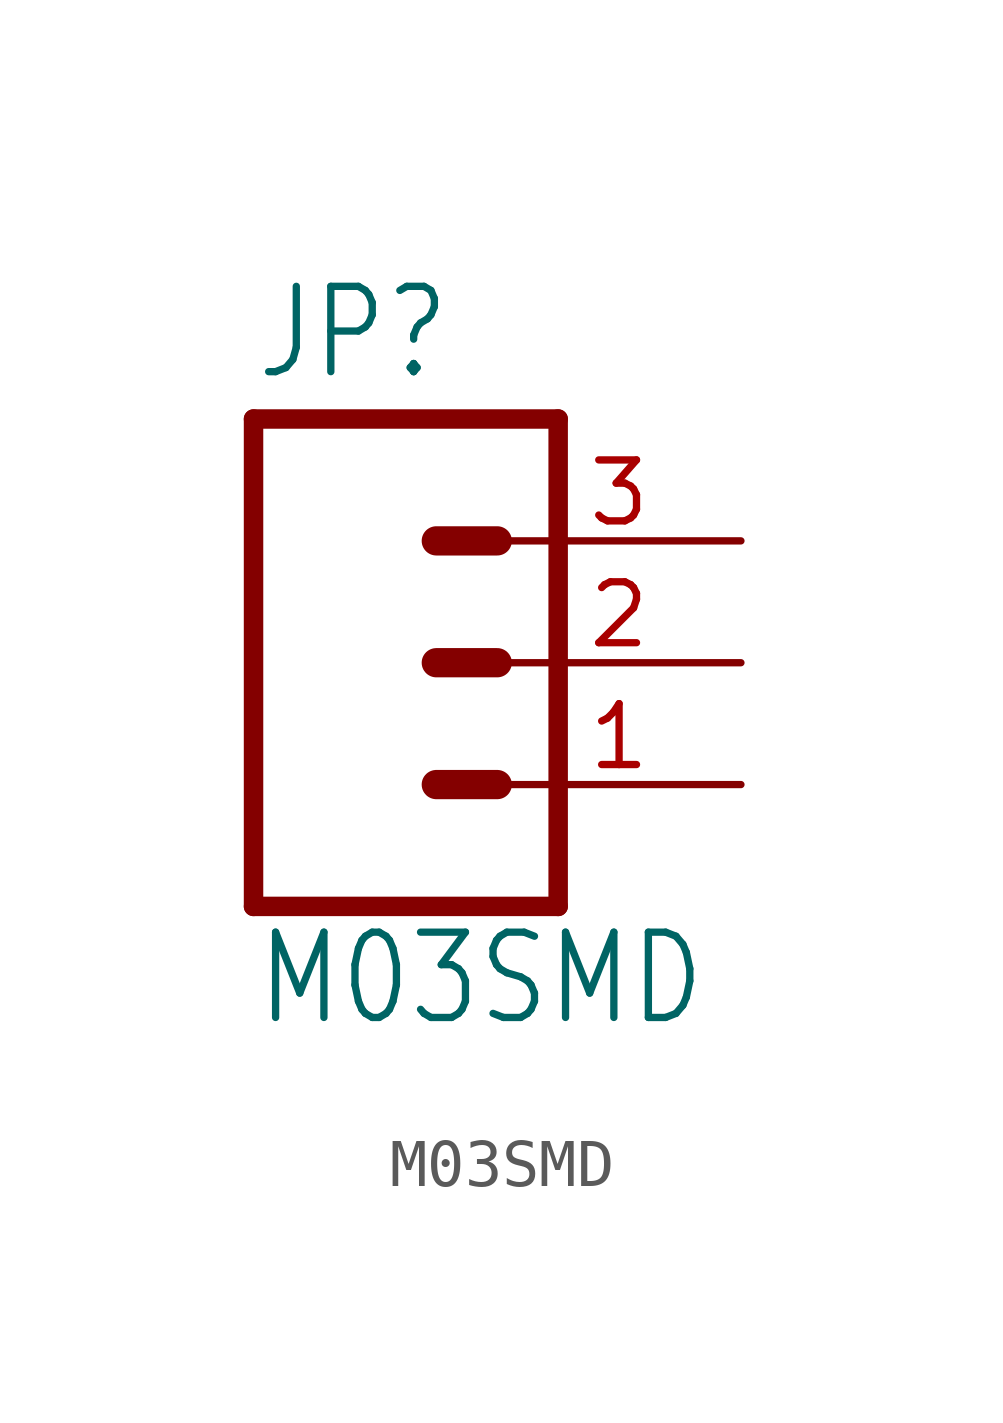
<source format=kicad_sym>
(kicad_symbol_lib
  (version 20211014)
  (generator kicad_symbol_editor)
  (symbol "M03SMD"
    (property "Reference" "JP"
      (at -2.54 5.842 0)
      (effects (font (size 1.778 1.511)) (justify left bottom)))
    (property "Value" "M03SMD"
      (at -2.54 -7.62 0)
      (effects (font (size 1.778 1.511)) (justify left bottom)))
    (property "ki_locked" ""
      (at 0 0 0)
      (effects (font (size 1.27 1.27))))
    (symbol "M03SMD_1_0"
      (polyline (pts (xy -2.54 5.08) (xy -2.54 -5.08)) (stroke (width 0.406) (type default) (color 0 0 0 0)) (fill (type none)))
      (polyline (pts (xy -2.54 5.08) (xy 3.81 5.08)) (stroke (width 0.406) (type default) (color 0 0 0 0)) (fill (type none)))
      (polyline (pts (xy 1.27 -2.54) (xy 2.54 -2.54)) (stroke (width 0.61) (type default) (color 0 0 0 0)) (fill (type none)))
      (polyline (pts (xy 1.27 0) (xy 2.54 0)) (stroke (width 0.61) (type default) (color 0 0 0 0)) (fill (type none)))
      (polyline (pts (xy 1.27 2.54) (xy 2.54 2.54)) (stroke (width 0.61) (type default) (color 0 0 0 0)) (fill (type none)))
      (polyline (pts (xy 3.81 -5.08) (xy -2.54 -5.08)) (stroke (width 0.406) (type default) (color 0 0 0 0)) (fill (type none)))
      (polyline (pts (xy 3.81 -5.08) (xy 3.81 5.08)) (stroke (width 0.406) (type default) (color 0 0 0 0)) (fill (type none)))
      (pin passive line (at 7.62 -2.54 180) (length 5.08) (name "1" (effects (font (size 0 0)))) (number "1" (effects (font (size 1.27 1.27)))))
      (pin passive line (at 7.62 0 180) (length 5.08) (name "2" (effects (font (size 0 0)))) (number "2" (effects (font (size 1.27 1.27)))))
      (pin passive line (at 7.62 2.54 180) (length 5.08) (name "3" (effects (font (size 0 0)))) (number "3" (effects (font (size 1.27 1.27))))))))
</source>
